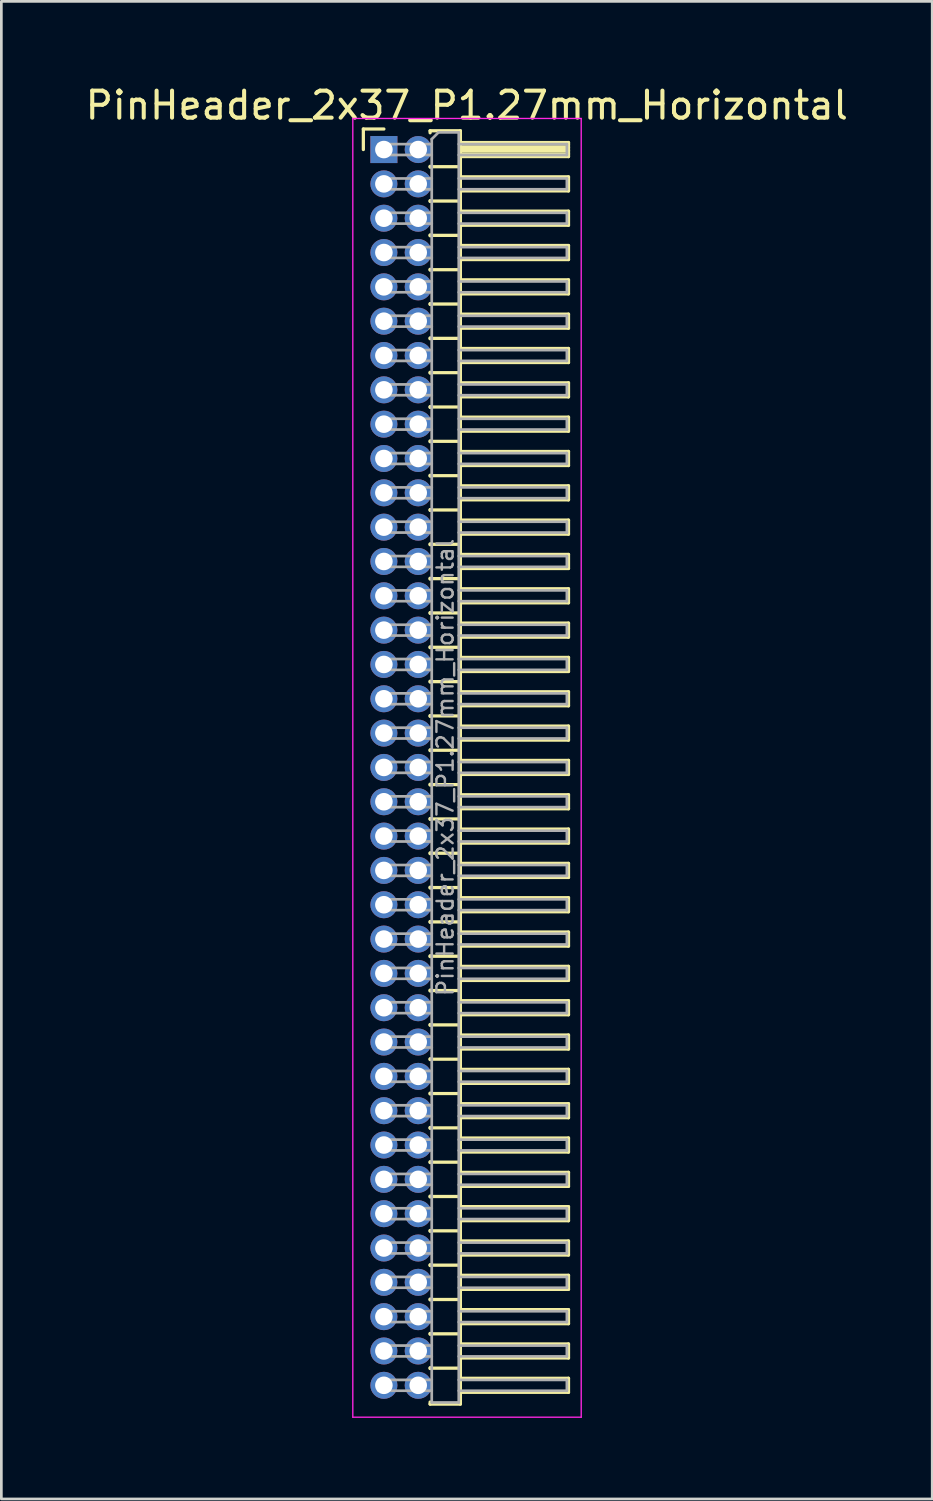
<source format=kicad_pcb>
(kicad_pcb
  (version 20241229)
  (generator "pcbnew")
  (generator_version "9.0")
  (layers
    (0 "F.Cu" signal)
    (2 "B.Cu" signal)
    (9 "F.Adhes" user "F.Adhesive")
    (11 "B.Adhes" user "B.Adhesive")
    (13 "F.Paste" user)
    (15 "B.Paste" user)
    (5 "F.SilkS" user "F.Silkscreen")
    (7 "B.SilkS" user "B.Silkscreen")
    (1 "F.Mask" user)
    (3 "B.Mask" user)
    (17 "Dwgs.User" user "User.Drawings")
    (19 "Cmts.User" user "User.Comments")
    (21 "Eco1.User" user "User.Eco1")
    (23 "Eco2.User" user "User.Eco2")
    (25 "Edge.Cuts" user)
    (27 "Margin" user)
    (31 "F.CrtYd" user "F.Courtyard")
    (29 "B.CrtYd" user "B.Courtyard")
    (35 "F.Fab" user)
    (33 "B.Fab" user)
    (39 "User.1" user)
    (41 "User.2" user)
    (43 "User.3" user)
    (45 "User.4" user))
  (footprint "PinHeader_2x37_P1.27mm_Horizontal"
    (layer "F.Cu")
    (at 11.153 2.483)
    (property "Reference" "PinHeader_2x37_P1.27mm_Horizontal" (at 3.067 -1.635 0) (layer "F.SilkS") (effects (font (size 1 1) (thickness 0.15))))
    (attr through_hole)
    (fp_line (start -0.76 -0.76) (end 0 -0.76) (stroke (width 0.12) (type solid)) (layer "F.SilkS"))
    (fp_line (start -0.76 0) (end -0.76 -0.76) (stroke (width 0.12) (type solid)) (layer "F.SilkS"))
    (fp_line (start 1.71 -0.695) (end 2.83 -0.695) (stroke (width 0.12) (type solid)) (layer "F.SilkS"))
    (fp_line (start 1.71 -0.62) (end 1.71 -0.695) (stroke (width 0.12) (type solid)) (layer "F.SilkS"))
    (fp_line (start 1.71 0.62) (end 1.71 0.65) (stroke (width 0.12) (type solid)) (layer "F.SilkS"))
    (fp_line (start 1.71 0.635) (end 2.83 0.635) (stroke (width 0.12) (type solid)) (layer "F.SilkS"))
    (fp_line (start 1.71 1.89) (end 1.71 1.92) (stroke (width 0.12) (type solid)) (layer "F.SilkS"))
    (fp_line (start 1.71 1.905) (end 2.83 1.905) (stroke (width 0.12) (type solid)) (layer "F.SilkS"))
    (fp_line (start 1.71 3.16) (end 1.71 3.19) (stroke (width 0.12) (type solid)) (layer "F.SilkS"))
    (fp_line (start 1.71 3.175) (end 2.83 3.175) (stroke (width 0.12) (type solid)) (layer "F.SilkS"))
    (fp_line (start 1.71 4.43) (end 1.71 4.46) (stroke (width 0.12) (type solid)) (layer "F.SilkS"))
    (fp_line (start 1.71 4.445) (end 2.83 4.445) (stroke (width 0.12) (type solid)) (layer "F.SilkS"))
    (fp_line (start 1.71 5.7) (end 1.71 5.73) (stroke (width 0.12) (type solid)) (layer "F.SilkS"))
    (fp_line (start 1.71 5.715) (end 2.83 5.715) (stroke (width 0.12) (type solid)) (layer "F.SilkS"))
    (fp_line (start 1.71 6.97) (end 1.71 7) (stroke (width 0.12) (type solid)) (layer "F.SilkS"))
    (fp_line (start 1.71 6.985) (end 2.83 6.985) (stroke (width 0.12) (type solid)) (layer "F.SilkS"))
    (fp_line (start 1.71 8.24) (end 1.71 8.27) (stroke (width 0.12) (type solid)) (layer "F.SilkS"))
    (fp_line (start 1.71 8.255) (end 2.83 8.255) (stroke (width 0.12) (type solid)) (layer "F.SilkS"))
    (fp_line (start 1.71 9.51) (end 1.71 9.54) (stroke (width 0.12) (type solid)) (layer "F.SilkS"))
    (fp_line (start 1.71 9.525) (end 2.83 9.525) (stroke (width 0.12) (type solid)) (layer "F.SilkS"))
    (fp_line (start 1.71 10.78) (end 1.71 10.81) (stroke (width 0.12) (type solid)) (layer "F.SilkS"))
    (fp_line (start 1.71 10.795) (end 2.83 10.795) (stroke (width 0.12) (type solid)) (layer "F.SilkS"))
    (fp_line (start 1.71 12.05) (end 1.71 12.08) (stroke (width 0.12) (type solid)) (layer "F.SilkS"))
    (fp_line (start 1.71 12.065) (end 2.83 12.065) (stroke (width 0.12) (type solid)) (layer "F.SilkS"))
    (fp_line (start 1.71 13.32) (end 1.71 13.35) (stroke (width 0.12) (type solid)) (layer "F.SilkS"))
    (fp_line (start 1.71 13.335) (end 2.83 13.335) (stroke (width 0.12) (type solid)) (layer "F.SilkS"))
    (fp_line (start 1.71 14.59) (end 1.71 14.62) (stroke (width 0.12) (type solid)) (layer "F.SilkS"))
    (fp_line (start 1.71 14.605) (end 2.83 14.605) (stroke (width 0.12) (type solid)) (layer "F.SilkS"))
    (fp_line (start 1.71 15.86) (end 1.71 15.89) (stroke (width 0.12) (type solid)) (layer "F.SilkS"))
    (fp_line (start 1.71 15.875) (end 2.83 15.875) (stroke (width 0.12) (type solid)) (layer "F.SilkS"))
    (fp_line (start 1.71 17.13) (end 1.71 17.16) (stroke (width 0.12) (type solid)) (layer "F.SilkS"))
    (fp_line (start 1.71 17.145) (end 2.83 17.145) (stroke (width 0.12) (type solid)) (layer "F.SilkS"))
    (fp_line (start 1.71 18.4) (end 1.71 18.43) (stroke (width 0.12) (type solid)) (layer "F.SilkS"))
    (fp_line (start 1.71 18.415) (end 2.83 18.415) (stroke (width 0.12) (type solid)) (layer "F.SilkS"))
    (fp_line (start 1.71 19.67) (end 1.71 19.7) (stroke (width 0.12) (type solid)) (layer "F.SilkS"))
    (fp_line (start 1.71 19.685) (end 2.83 19.685) (stroke (width 0.12) (type solid)) (layer "F.SilkS"))
    (fp_line (start 1.71 20.94) (end 1.71 20.97) (stroke (width 0.12) (type solid)) (layer "F.SilkS"))
    (fp_line (start 1.71 20.955) (end 2.83 20.955) (stroke (width 0.12) (type solid)) (layer "F.SilkS"))
    (fp_line (start 1.71 22.21) (end 1.71 22.24) (stroke (width 0.12) (type solid)) (layer "F.SilkS"))
    (fp_line (start 1.71 22.225) (end 2.83 22.225) (stroke (width 0.12) (type solid)) (layer "F.SilkS"))
    (fp_line (start 1.71 23.48) (end 1.71 23.51) (stroke (width 0.12) (type solid)) (layer "F.SilkS"))
    (fp_line (start 1.71 23.495) (end 2.83 23.495) (stroke (width 0.12) (type solid)) (layer "F.SilkS"))
    (fp_line (start 1.71 24.75) (end 1.71 24.78) (stroke (width 0.12) (type solid)) (layer "F.SilkS"))
    (fp_line (start 1.71 24.765) (end 2.83 24.765) (stroke (width 0.12) (type solid)) (layer "F.SilkS"))
    (fp_line (start 1.71 26.02) (end 1.71 26.05) (stroke (width 0.12) (type solid)) (layer "F.SilkS"))
    (fp_line (start 1.71 26.035) (end 2.83 26.035) (stroke (width 0.12) (type solid)) (layer "F.SilkS"))
    (fp_line (start 1.71 27.29) (end 1.71 27.32) (stroke (width 0.12) (type solid)) (layer "F.SilkS"))
    (fp_line (start 1.71 27.305) (end 2.83 27.305) (stroke (width 0.12) (type solid)) (layer "F.SilkS"))
    (fp_line (start 1.71 28.56) (end 1.71 28.59) (stroke (width 0.12) (type solid)) (layer "F.SilkS"))
    (fp_line (start 1.71 28.575) (end 2.83 28.575) (stroke (width 0.12) (type solid)) (layer "F.SilkS"))
    (fp_line (start 1.71 29.83) (end 1.71 29.86) (stroke (width 0.12) (type solid)) (layer "F.SilkS"))
    (fp_line (start 1.71 29.845) (end 2.83 29.845) (stroke (width 0.12) (type solid)) (layer "F.SilkS"))
    (fp_line (start 1.71 31.1) (end 1.71 31.13) (stroke (width 0.12) (type solid)) (layer "F.SilkS"))
    (fp_line (start 1.71 31.115) (end 2.83 31.115) (stroke (width 0.12) (type solid)) (layer "F.SilkS"))
    (fp_line (start 1.71 32.37) (end 1.71 32.4) (stroke (width 0.12) (type solid)) (layer "F.SilkS"))
    (fp_line (start 1.71 32.385) (end 2.83 32.385) (stroke (width 0.12) (type solid)) (layer "F.SilkS"))
    (fp_line (start 1.71 33.64) (end 1.71 33.67) (stroke (width 0.12) (type solid)) (layer "F.SilkS"))
    (fp_line (start 1.71 33.655) (end 2.83 33.655) (stroke (width 0.12) (type solid)) (layer "F.SilkS"))
    (fp_line (start 1.71 34.91) (end 1.71 34.94) (stroke (width 0.12) (type solid)) (layer "F.SilkS"))
    (fp_line (start 1.71 34.925) (end 2.83 34.925) (stroke (width 0.12) (type solid)) (layer "F.SilkS"))
    (fp_line (start 1.71 36.18) (end 1.71 36.21) (stroke (width 0.12) (type solid)) (layer "F.SilkS"))
    (fp_line (start 1.71 36.195) (end 2.83 36.195) (stroke (width 0.12) (type solid)) (layer "F.SilkS"))
    (fp_line (start 1.71 37.45) (end 1.71 37.48) (stroke (width 0.12) (type solid)) (layer "F.SilkS"))
    (fp_line (start 1.71 37.465) (end 2.83 37.465) (stroke (width 0.12) (type solid)) (layer "F.SilkS"))
    (fp_line (start 1.71 38.72) (end 1.71 38.75) (stroke (width 0.12) (type solid)) (layer "F.SilkS"))
    (fp_line (start 1.71 38.735) (end 2.83 38.735) (stroke (width 0.12) (type solid)) (layer "F.SilkS"))
    (fp_line (start 1.71 39.99) (end 1.71 40.02) (stroke (width 0.12) (type solid)) (layer "F.SilkS"))
    (fp_line (start 1.71 40.005) (end 2.83 40.005) (stroke (width 0.12) (type solid)) (layer "F.SilkS"))
    (fp_line (start 1.71 41.26) (end 1.71 41.29) (stroke (width 0.12) (type solid)) (layer "F.SilkS"))
    (fp_line (start 1.71 41.275) (end 2.83 41.275) (stroke (width 0.12) (type solid)) (layer "F.SilkS"))
    (fp_line (start 1.71 42.53) (end 1.71 42.56) (stroke (width 0.12) (type solid)) (layer "F.SilkS"))
    (fp_line (start 1.71 42.545) (end 2.83 42.545) (stroke (width 0.12) (type solid)) (layer "F.SilkS"))
    (fp_line (start 1.71 43.8) (end 1.71 43.83) (stroke (width 0.12) (type solid)) (layer "F.SilkS"))
    (fp_line (start 1.71 43.815) (end 2.83 43.815) (stroke (width 0.12) (type solid)) (layer "F.SilkS"))
    (fp_line (start 1.71 45.07) (end 1.71 45.1) (stroke (width 0.12) (type solid)) (layer "F.SilkS"))
    (fp_line (start 1.71 45.085) (end 2.83 45.085) (stroke (width 0.12) (type solid)) (layer "F.SilkS"))
    (fp_line (start 1.71 46.415) (end 1.71 46.34) (stroke (width 0.12) (type solid)) (layer "F.SilkS"))
    (fp_line (start 2.83 -0.695) (end 2.83 46.415) (stroke (width 0.12) (type solid)) (layer "F.SilkS"))
    (fp_line (start 2.83 -0.26) (end 6.83 -0.26) (stroke (width 0.12) (type solid)) (layer "F.SilkS"))
    (fp_line (start 2.83 -0.2) (end 6.83 -0.2) (stroke (width 0.12) (type solid)) (layer "F.SilkS"))
    (fp_line (start 2.83 -0.08) (end 6.83 -0.08) (stroke (width 0.12) (type solid)) (layer "F.SilkS"))
    (fp_line (start 2.83 0.04) (end 6.83 0.04) (stroke (width 0.12) (type solid)) (layer "F.SilkS"))
    (fp_line (start 2.83 0.16) (end 6.83 0.16) (stroke (width 0.12) (type solid)) (layer "F.SilkS"))
    (fp_line (start 2.83 1.01) (end 6.83 1.01) (stroke (width 0.12) (type solid)) (layer "F.SilkS"))
    (fp_line (start 2.83 2.28) (end 6.83 2.28) (stroke (width 0.12) (type solid)) (layer "F.SilkS"))
    (fp_line (start 2.83 3.55) (end 6.83 3.55) (stroke (width 0.12) (type solid)) (layer "F.SilkS"))
    (fp_line (start 2.83 4.82) (end 6.83 4.82) (stroke (width 0.12) (type solid)) (layer "F.SilkS"))
    (fp_line (start 2.83 6.09) (end 6.83 6.09) (stroke (width 0.12) (type solid)) (layer "F.SilkS"))
    (fp_line (start 2.83 7.36) (end 6.83 7.36) (stroke (width 0.12) (type solid)) (layer "F.SilkS"))
    (fp_line (start 2.83 8.63) (end 6.83 8.63) (stroke (width 0.12) (type solid)) (layer "F.SilkS"))
    (fp_line (start 2.83 9.9) (end 6.83 9.9) (stroke (width 0.12) (type solid)) (layer "F.SilkS"))
    (fp_line (start 2.83 11.17) (end 6.83 11.17) (stroke (width 0.12) (type solid)) (layer "F.SilkS"))
    (fp_line (start 2.83 12.44) (end 6.83 12.44) (stroke (width 0.12) (type solid)) (layer "F.SilkS"))
    (fp_line (start 2.83 13.71) (end 6.83 13.71) (stroke (width 0.12) (type solid)) (layer "F.SilkS"))
    (fp_line (start 2.83 14.98) (end 6.83 14.98) (stroke (width 0.12) (type solid)) (layer "F.SilkS"))
    (fp_line (start 2.83 16.25) (end 6.83 16.25) (stroke (width 0.12) (type solid)) (layer "F.SilkS"))
    (fp_line (start 2.83 17.52) (end 6.83 17.52) (stroke (width 0.12) (type solid)) (layer "F.SilkS"))
    (fp_line (start 2.83 18.79) (end 6.83 18.79) (stroke (width 0.12) (type solid)) (layer "F.SilkS"))
    (fp_line (start 2.83 20.06) (end 6.83 20.06) (stroke (width 0.12) (type solid)) (layer "F.SilkS"))
    (fp_line (start 2.83 21.33) (end 6.83 21.33) (stroke (width 0.12) (type solid)) (layer "F.SilkS"))
    (fp_line (start 2.83 22.6) (end 6.83 22.6) (stroke (width 0.12) (type solid)) (layer "F.SilkS"))
    (fp_line (start 2.83 23.87) (end 6.83 23.87) (stroke (width 0.12) (type solid)) (layer "F.SilkS"))
    (fp_line (start 2.83 25.14) (end 6.83 25.14) (stroke (width 0.12) (type solid)) (layer "F.SilkS"))
    (fp_line (start 2.83 26.41) (end 6.83 26.41) (stroke (width 0.12) (type solid)) (layer "F.SilkS"))
    (fp_line (start 2.83 27.68) (end 6.83 27.68) (stroke (width 0.12) (type solid)) (layer "F.SilkS"))
    (fp_line (start 2.83 28.95) (end 6.83 28.95) (stroke (width 0.12) (type solid)) (layer "F.SilkS"))
    (fp_line (start 2.83 30.22) (end 6.83 30.22) (stroke (width 0.12) (type solid)) (layer "F.SilkS"))
    (fp_line (start 2.83 31.49) (end 6.83 31.49) (stroke (width 0.12) (type solid)) (layer "F.SilkS"))
    (fp_line (start 2.83 32.76) (end 6.83 32.76) (stroke (width 0.12) (type solid)) (layer "F.SilkS"))
    (fp_line (start 2.83 34.03) (end 6.83 34.03) (stroke (width 0.12) (type solid)) (layer "F.SilkS"))
    (fp_line (start 2.83 35.3) (end 6.83 35.3) (stroke (width 0.12) (type solid)) (layer "F.SilkS"))
    (fp_line (start 2.83 36.57) (end 6.83 36.57) (stroke (width 0.12) (type solid)) (layer "F.SilkS"))
    (fp_line (start 2.83 37.84) (end 6.83 37.84) (stroke (width 0.12) (type solid)) (layer "F.SilkS"))
    (fp_line (start 2.83 39.11) (end 6.83 39.11) (stroke (width 0.12) (type solid)) (layer "F.SilkS"))
    (fp_line (start 2.83 40.38) (end 6.83 40.38) (stroke (width 0.12) (type solid)) (layer "F.SilkS"))
    (fp_line (start 2.83 41.65) (end 6.83 41.65) (stroke (width 0.12) (type solid)) (layer "F.SilkS"))
    (fp_line (start 2.83 42.92) (end 6.83 42.92) (stroke (width 0.12) (type solid)) (layer "F.SilkS"))
    (fp_line (start 2.83 44.19) (end 6.83 44.19) (stroke (width 0.12) (type solid)) (layer "F.SilkS"))
    (fp_line (start 2.83 45.46) (end 6.83 45.46) (stroke (width 0.12) (type solid)) (layer "F.SilkS"))
    (fp_line (start 2.83 46.415) (end 1.71 46.415) (stroke (width 0.12) (type solid)) (layer "F.SilkS"))
    (fp_line (start 6.83 -0.26) (end 6.83 0.26) (stroke (width 0.12) (type solid)) (layer "F.SilkS"))
    (fp_line (start 6.83 0.26) (end 2.83 0.26) (stroke (width 0.12) (type solid)) (layer "F.SilkS"))
    (fp_line (start 6.83 1.01) (end 6.83 1.53) (stroke (width 0.12) (type solid)) (layer "F.SilkS"))
    (fp_line (start 6.83 1.53) (end 2.83 1.53) (stroke (width 0.12) (type solid)) (layer "F.SilkS"))
    (fp_line (start 6.83 2.28) (end 6.83 2.8) (stroke (width 0.12) (type solid)) (layer "F.SilkS"))
    (fp_line (start 6.83 2.8) (end 2.83 2.8) (stroke (width 0.12) (type solid)) (layer "F.SilkS"))
    (fp_line (start 6.83 3.55) (end 6.83 4.07) (stroke (width 0.12) (type solid)) (layer "F.SilkS"))
    (fp_line (start 6.83 4.07) (end 2.83 4.07) (stroke (width 0.12) (type solid)) (layer "F.SilkS"))
    (fp_line (start 6.83 4.82) (end 6.83 5.34) (stroke (width 0.12) (type solid)) (layer "F.SilkS"))
    (fp_line (start 6.83 5.34) (end 2.83 5.34) (stroke (width 0.12) (type solid)) (layer "F.SilkS"))
    (fp_line (start 6.83 6.09) (end 6.83 6.61) (stroke (width 0.12) (type solid)) (layer "F.SilkS"))
    (fp_line (start 6.83 6.61) (end 2.83 6.61) (stroke (width 0.12) (type solid)) (layer "F.SilkS"))
    (fp_line (start 6.83 7.36) (end 6.83 7.88) (stroke (width 0.12) (type solid)) (layer "F.SilkS"))
    (fp_line (start 6.83 7.88) (end 2.83 7.88) (stroke (width 0.12) (type solid)) (layer "F.SilkS"))
    (fp_line (start 6.83 8.63) (end 6.83 9.15) (stroke (width 0.12) (type solid)) (layer "F.SilkS"))
    (fp_line (start 6.83 9.15) (end 2.83 9.15) (stroke (width 0.12) (type solid)) (layer "F.SilkS"))
    (fp_line (start 6.83 9.9) (end 6.83 10.42) (stroke (width 0.12) (type solid)) (layer "F.SilkS"))
    (fp_line (start 6.83 10.42) (end 2.83 10.42) (stroke (width 0.12) (type solid)) (layer "F.SilkS"))
    (fp_line (start 6.83 11.17) (end 6.83 11.69) (stroke (width 0.12) (type solid)) (layer "F.SilkS"))
    (fp_line (start 6.83 11.69) (end 2.83 11.69) (stroke (width 0.12) (type solid)) (layer "F.SilkS"))
    (fp_line (start 6.83 12.44) (end 6.83 12.96) (stroke (width 0.12) (type solid)) (layer "F.SilkS"))
    (fp_line (start 6.83 12.96) (end 2.83 12.96) (stroke (width 0.12) (type solid)) (layer "F.SilkS"))
    (fp_line (start 6.83 13.71) (end 6.83 14.23) (stroke (width 0.12) (type solid)) (layer "F.SilkS"))
    (fp_line (start 6.83 14.23) (end 2.83 14.23) (stroke (width 0.12) (type solid)) (layer "F.SilkS"))
    (fp_line (start 6.83 14.98) (end 6.83 15.5) (stroke (width 0.12) (type solid)) (layer "F.SilkS"))
    (fp_line (start 6.83 15.5) (end 2.83 15.5) (stroke (width 0.12) (type solid)) (layer "F.SilkS"))
    (fp_line (start 6.83 16.25) (end 6.83 16.77) (stroke (width 0.12) (type solid)) (layer "F.SilkS"))
    (fp_line (start 6.83 16.77) (end 2.83 16.77) (stroke (width 0.12) (type solid)) (layer "F.SilkS"))
    (fp_line (start 6.83 17.52) (end 6.83 18.04) (stroke (width 0.12) (type solid)) (layer "F.SilkS"))
    (fp_line (start 6.83 18.04) (end 2.83 18.04) (stroke (width 0.12) (type solid)) (layer "F.SilkS"))
    (fp_line (start 6.83 18.79) (end 6.83 19.31) (stroke (width 0.12) (type solid)) (layer "F.SilkS"))
    (fp_line (start 6.83 19.31) (end 2.83 19.31) (stroke (width 0.12) (type solid)) (layer "F.SilkS"))
    (fp_line (start 6.83 20.06) (end 6.83 20.58) (stroke (width 0.12) (type solid)) (layer "F.SilkS"))
    (fp_line (start 6.83 20.58) (end 2.83 20.58) (stroke (width 0.12) (type solid)) (layer "F.SilkS"))
    (fp_line (start 6.83 21.33) (end 6.83 21.85) (stroke (width 0.12) (type solid)) (layer "F.SilkS"))
    (fp_line (start 6.83 21.85) (end 2.83 21.85) (stroke (width 0.12) (type solid)) (layer "F.SilkS"))
    (fp_line (start 6.83 22.6) (end 6.83 23.12) (stroke (width 0.12) (type solid)) (layer "F.SilkS"))
    (fp_line (start 6.83 23.12) (end 2.83 23.12) (stroke (width 0.12) (type solid)) (layer "F.SilkS"))
    (fp_line (start 6.83 23.87) (end 6.83 24.39) (stroke (width 0.12) (type solid)) (layer "F.SilkS"))
    (fp_line (start 6.83 24.39) (end 2.83 24.39) (stroke (width 0.12) (type solid)) (layer "F.SilkS"))
    (fp_line (start 6.83 25.14) (end 6.83 25.66) (stroke (width 0.12) (type solid)) (layer "F.SilkS"))
    (fp_line (start 6.83 25.66) (end 2.83 25.66) (stroke (width 0.12) (type solid)) (layer "F.SilkS"))
    (fp_line (start 6.83 26.41) (end 6.83 26.93) (stroke (width 0.12) (type solid)) (layer "F.SilkS"))
    (fp_line (start 6.83 26.93) (end 2.83 26.93) (stroke (width 0.12) (type solid)) (layer "F.SilkS"))
    (fp_line (start 6.83 27.68) (end 6.83 28.2) (stroke (width 0.12) (type solid)) (layer "F.SilkS"))
    (fp_line (start 6.83 28.2) (end 2.83 28.2) (stroke (width 0.12) (type solid)) (layer "F.SilkS"))
    (fp_line (start 6.83 28.95) (end 6.83 29.47) (stroke (width 0.12) (type solid)) (layer "F.SilkS"))
    (fp_line (start 6.83 29.47) (end 2.83 29.47) (stroke (width 0.12) (type solid)) (layer "F.SilkS"))
    (fp_line (start 6.83 30.22) (end 6.83 30.74) (stroke (width 0.12) (type solid)) (layer "F.SilkS"))
    (fp_line (start 6.83 30.74) (end 2.83 30.74) (stroke (width 0.12) (type solid)) (layer "F.SilkS"))
    (fp_line (start 6.83 31.49) (end 6.83 32.01) (stroke (width 0.12) (type solid)) (layer "F.SilkS"))
    (fp_line (start 6.83 32.01) (end 2.83 32.01) (stroke (width 0.12) (type solid)) (layer "F.SilkS"))
    (fp_line (start 6.83 32.76) (end 6.83 33.28) (stroke (width 0.12) (type solid)) (layer "F.SilkS"))
    (fp_line (start 6.83 33.28) (end 2.83 33.28) (stroke (width 0.12) (type solid)) (layer "F.SilkS"))
    (fp_line (start 6.83 34.03) (end 6.83 34.55) (stroke (width 0.12) (type solid)) (layer "F.SilkS"))
    (fp_line (start 6.83 34.55) (end 2.83 34.55) (stroke (width 0.12) (type solid)) (layer "F.SilkS"))
    (fp_line (start 6.83 35.3) (end 6.83 35.82) (stroke (width 0.12) (type solid)) (layer "F.SilkS"))
    (fp_line (start 6.83 35.82) (end 2.83 35.82) (stroke (width 0.12) (type solid)) (layer "F.SilkS"))
    (fp_line (start 6.83 36.57) (end 6.83 37.09) (stroke (width 0.12) (type solid)) (layer "F.SilkS"))
    (fp_line (start 6.83 37.09) (end 2.83 37.09) (stroke (width 0.12) (type solid)) (layer "F.SilkS"))
    (fp_line (start 6.83 37.84) (end 6.83 38.36) (stroke (width 0.12) (type solid)) (layer "F.SilkS"))
    (fp_line (start 6.83 38.36) (end 2.83 38.36) (stroke (width 0.12) (type solid)) (layer "F.SilkS"))
    (fp_line (start 6.83 39.11) (end 6.83 39.63) (stroke (width 0.12) (type solid)) (layer "F.SilkS"))
    (fp_line (start 6.83 39.63) (end 2.83 39.63) (stroke (width 0.12) (type solid)) (layer "F.SilkS"))
    (fp_line (start 6.83 40.38) (end 6.83 40.9) (stroke (width 0.12) (type solid)) (layer "F.SilkS"))
    (fp_line (start 6.83 40.9) (end 2.83 40.9) (stroke (width 0.12) (type solid)) (layer "F.SilkS"))
    (fp_line (start 6.83 41.65) (end 6.83 42.17) (stroke (width 0.12) (type solid)) (layer "F.SilkS"))
    (fp_line (start 6.83 42.17) (end 2.83 42.17) (stroke (width 0.12) (type solid)) (layer "F.SilkS"))
    (fp_line (start 6.83 42.92) (end 6.83 43.44) (stroke (width 0.12) (type solid)) (layer "F.SilkS"))
    (fp_line (start 6.83 43.44) (end 2.83 43.44) (stroke (width 0.12) (type solid)) (layer "F.SilkS"))
    (fp_line (start 6.83 44.19) (end 6.83 44.71) (stroke (width 0.12) (type solid)) (layer "F.SilkS"))
    (fp_line (start 6.83 44.71) (end 2.83 44.71) (stroke (width 0.12) (type solid)) (layer "F.SilkS"))
    (fp_line (start 6.83 45.46) (end 6.83 45.98) (stroke (width 0.12) (type solid)) (layer "F.SilkS"))
    (fp_line (start 6.83 45.98) (end 2.83 45.98) (stroke (width 0.12) (type solid)) (layer "F.SilkS"))
    (fp_line (start -1.15 -1.15) (end -1.15 46.9) (stroke (width 0.05) (type solid)) (layer "F.CrtYd"))
    (fp_line (start -1.15 46.9) (end 7.3 46.9) (stroke (width 0.05) (type solid)) (layer "F.CrtYd"))
    (fp_line (start 7.3 -1.15) (end -1.15 -1.15) (stroke (width 0.05) (type solid)) (layer "F.CrtYd"))
    (fp_line (start 7.3 46.9) (end 7.3 -1.15) (stroke (width 0.05) (type solid)) (layer "F.CrtYd"))
    (fp_line (start -0.2 -0.2) (end -0.2 0.2) (stroke (width 0.1) (type solid)) (layer "F.Fab"))
    (fp_line (start -0.2 -0.2) (end 1.77 -0.2) (stroke (width 0.1) (type solid)) (layer "F.Fab"))
    (fp_line (start -0.2 0.2) (end 1.77 0.2) (stroke (width 0.1) (type solid)) (layer "F.Fab"))
    (fp_line (start -0.2 1.07) (end -0.2 1.47) (stroke (width 0.1) (type solid)) (layer "F.Fab"))
    (fp_line (start -0.2 1.07) (end 1.77 1.07) (stroke (width 0.1) (type solid)) (layer "F.Fab"))
    (fp_line (start -0.2 1.47) (end 1.77 1.47) (stroke (width 0.1) (type solid)) (layer "F.Fab"))
    (fp_line (start -0.2 2.34) (end -0.2 2.74) (stroke (width 0.1) (type solid)) (layer "F.Fab"))
    (fp_line (start -0.2 2.34) (end 1.77 2.34) (stroke (width 0.1) (type solid)) (layer "F.Fab"))
    (fp_line (start -0.2 2.74) (end 1.77 2.74) (stroke (width 0.1) (type solid)) (layer "F.Fab"))
    (fp_line (start -0.2 3.61) (end -0.2 4.01) (stroke (width 0.1) (type solid)) (layer "F.Fab"))
    (fp_line (start -0.2 3.61) (end 1.77 3.61) (stroke (width 0.1) (type solid)) (layer "F.Fab"))
    (fp_line (start -0.2 4.01) (end 1.77 4.01) (stroke (width 0.1) (type solid)) (layer "F.Fab"))
    (fp_line (start -0.2 4.88) (end -0.2 5.28) (stroke (width 0.1) (type solid)) (layer "F.Fab"))
    (fp_line (start -0.2 4.88) (end 1.77 4.88) (stroke (width 0.1) (type solid)) (layer "F.Fab"))
    (fp_line (start -0.2 5.28) (end 1.77 5.28) (stroke (width 0.1) (type solid)) (layer "F.Fab"))
    (fp_line (start -0.2 6.15) (end -0.2 6.55) (stroke (width 0.1) (type solid)) (layer "F.Fab"))
    (fp_line (start -0.2 6.15) (end 1.77 6.15) (stroke (width 0.1) (type solid)) (layer "F.Fab"))
    (fp_line (start -0.2 6.55) (end 1.77 6.55) (stroke (width 0.1) (type solid)) (layer "F.Fab"))
    (fp_line (start -0.2 7.42) (end -0.2 7.82) (stroke (width 0.1) (type solid)) (layer "F.Fab"))
    (fp_line (start -0.2 7.42) (end 1.77 7.42) (stroke (width 0.1) (type solid)) (layer "F.Fab"))
    (fp_line (start -0.2 7.82) (end 1.77 7.82) (stroke (width 0.1) (type solid)) (layer "F.Fab"))
    (fp_line (start -0.2 8.69) (end -0.2 9.09) (stroke (width 0.1) (type solid)) (layer "F.Fab"))
    (fp_line (start -0.2 8.69) (end 1.77 8.69) (stroke (width 0.1) (type solid)) (layer "F.Fab"))
    (fp_line (start -0.2 9.09) (end 1.77 9.09) (stroke (width 0.1) (type solid)) (layer "F.Fab"))
    (fp_line (start -0.2 9.96) (end -0.2 10.36) (stroke (width 0.1) (type solid)) (layer "F.Fab"))
    (fp_line (start -0.2 9.96) (end 1.77 9.96) (stroke (width 0.1) (type solid)) (layer "F.Fab"))
    (fp_line (start -0.2 10.36) (end 1.77 10.36) (stroke (width 0.1) (type solid)) (layer "F.Fab"))
    (fp_line (start -0.2 11.23) (end -0.2 11.63) (stroke (width 0.1) (type solid)) (layer "F.Fab"))
    (fp_line (start -0.2 11.23) (end 1.77 11.23) (stroke (width 0.1) (type solid)) (layer "F.Fab"))
    (fp_line (start -0.2 11.63) (end 1.77 11.63) (stroke (width 0.1) (type solid)) (layer "F.Fab"))
    (fp_line (start -0.2 12.5) (end -0.2 12.9) (stroke (width 0.1) (type solid)) (layer "F.Fab"))
    (fp_line (start -0.2 12.5) (end 1.77 12.5) (stroke (width 0.1) (type solid)) (layer "F.Fab"))
    (fp_line (start -0.2 12.9) (end 1.77 12.9) (stroke (width 0.1) (type solid)) (layer "F.Fab"))
    (fp_line (start -0.2 13.77) (end -0.2 14.17) (stroke (width 0.1) (type solid)) (layer "F.Fab"))
    (fp_line (start -0.2 13.77) (end 1.77 13.77) (stroke (width 0.1) (type solid)) (layer "F.Fab"))
    (fp_line (start -0.2 14.17) (end 1.77 14.17) (stroke (width 0.1) (type solid)) (layer "F.Fab"))
    (fp_line (start -0.2 15.04) (end -0.2 15.44) (stroke (width 0.1) (type solid)) (layer "F.Fab"))
    (fp_line (start -0.2 15.04) (end 1.77 15.04) (stroke (width 0.1) (type solid)) (layer "F.Fab"))
    (fp_line (start -0.2 15.44) (end 1.77 15.44) (stroke (width 0.1) (type solid)) (layer "F.Fab"))
    (fp_line (start -0.2 16.31) (end -0.2 16.71) (stroke (width 0.1) (type solid)) (layer "F.Fab"))
    (fp_line (start -0.2 16.31) (end 1.77 16.31) (stroke (width 0.1) (type solid)) (layer "F.Fab"))
    (fp_line (start -0.2 16.71) (end 1.77 16.71) (stroke (width 0.1) (type solid)) (layer "F.Fab"))
    (fp_line (start -0.2 17.58) (end -0.2 17.98) (stroke (width 0.1) (type solid)) (layer "F.Fab"))
    (fp_line (start -0.2 17.58) (end 1.77 17.58) (stroke (width 0.1) (type solid)) (layer "F.Fab"))
    (fp_line (start -0.2 17.98) (end 1.77 17.98) (stroke (width 0.1) (type solid)) (layer "F.Fab"))
    (fp_line (start -0.2 18.85) (end -0.2 19.25) (stroke (width 0.1) (type solid)) (layer "F.Fab"))
    (fp_line (start -0.2 18.85) (end 1.77 18.85) (stroke (width 0.1) (type solid)) (layer "F.Fab"))
    (fp_line (start -0.2 19.25) (end 1.77 19.25) (stroke (width 0.1) (type solid)) (layer "F.Fab"))
    (fp_line (start -0.2 20.12) (end -0.2 20.52) (stroke (width 0.1) (type solid)) (layer "F.Fab"))
    (fp_line (start -0.2 20.12) (end 1.77 20.12) (stroke (width 0.1) (type solid)) (layer "F.Fab"))
    (fp_line (start -0.2 20.52) (end 1.77 20.52) (stroke (width 0.1) (type solid)) (layer "F.Fab"))
    (fp_line (start -0.2 21.39) (end -0.2 21.79) (stroke (width 0.1) (type solid)) (layer "F.Fab"))
    (fp_line (start -0.2 21.39) (end 1.77 21.39) (stroke (width 0.1) (type solid)) (layer "F.Fab"))
    (fp_line (start -0.2 21.79) (end 1.77 21.79) (stroke (width 0.1) (type solid)) (layer "F.Fab"))
    (fp_line (start -0.2 22.66) (end -0.2 23.06) (stroke (width 0.1) (type solid)) (layer "F.Fab"))
    (fp_line (start -0.2 22.66) (end 1.77 22.66) (stroke (width 0.1) (type solid)) (layer "F.Fab"))
    (fp_line (start -0.2 23.06) (end 1.77 23.06) (stroke (width 0.1) (type solid)) (layer "F.Fab"))
    (fp_line (start -0.2 23.93) (end -0.2 24.33) (stroke (width 0.1) (type solid)) (layer "F.Fab"))
    (fp_line (start -0.2 23.93) (end 1.77 23.93) (stroke (width 0.1) (type solid)) (layer "F.Fab"))
    (fp_line (start -0.2 24.33) (end 1.77 24.33) (stroke (width 0.1) (type solid)) (layer "F.Fab"))
    (fp_line (start -0.2 25.2) (end -0.2 25.6) (stroke (width 0.1) (type solid)) (layer "F.Fab"))
    (fp_line (start -0.2 25.2) (end 1.77 25.2) (stroke (width 0.1) (type solid)) (layer "F.Fab"))
    (fp_line (start -0.2 25.6) (end 1.77 25.6) (stroke (width 0.1) (type solid)) (layer "F.Fab"))
    (fp_line (start -0.2 26.47) (end -0.2 26.87) (stroke (width 0.1) (type solid)) (layer "F.Fab"))
    (fp_line (start -0.2 26.47) (end 1.77 26.47) (stroke (width 0.1) (type solid)) (layer "F.Fab"))
    (fp_line (start -0.2 26.87) (end 1.77 26.87) (stroke (width 0.1) (type solid)) (layer "F.Fab"))
    (fp_line (start -0.2 27.74) (end -0.2 28.14) (stroke (width 0.1) (type solid)) (layer "F.Fab"))
    (fp_line (start -0.2 27.74) (end 1.77 27.74) (stroke (width 0.1) (type solid)) (layer "F.Fab"))
    (fp_line (start -0.2 28.14) (end 1.77 28.14) (stroke (width 0.1) (type solid)) (layer "F.Fab"))
    (fp_line (start -0.2 29.01) (end -0.2 29.41) (stroke (width 0.1) (type solid)) (layer "F.Fab"))
    (fp_line (start -0.2 29.01) (end 1.77 29.01) (stroke (width 0.1) (type solid)) (layer "F.Fab"))
    (fp_line (start -0.2 29.41) (end 1.77 29.41) (stroke (width 0.1) (type solid)) (layer "F.Fab"))
    (fp_line (start -0.2 30.28) (end -0.2 30.68) (stroke (width 0.1) (type solid)) (layer "F.Fab"))
    (fp_line (start -0.2 30.28) (end 1.77 30.28) (stroke (width 0.1) (type solid)) (layer "F.Fab"))
    (fp_line (start -0.2 30.68) (end 1.77 30.68) (stroke (width 0.1) (type solid)) (layer "F.Fab"))
    (fp_line (start -0.2 31.55) (end -0.2 31.95) (stroke (width 0.1) (type solid)) (layer "F.Fab"))
    (fp_line (start -0.2 31.55) (end 1.77 31.55) (stroke (width 0.1) (type solid)) (layer "F.Fab"))
    (fp_line (start -0.2 31.95) (end 1.77 31.95) (stroke (width 0.1) (type solid)) (layer "F.Fab"))
    (fp_line (start -0.2 32.82) (end -0.2 33.22) (stroke (width 0.1) (type solid)) (layer "F.Fab"))
    (fp_line (start -0.2 32.82) (end 1.77 32.82) (stroke (width 0.1) (type solid)) (layer "F.Fab"))
    (fp_line (start -0.2 33.22) (end 1.77 33.22) (stroke (width 0.1) (type solid)) (layer "F.Fab"))
    (fp_line (start -0.2 34.09) (end -0.2 34.49) (stroke (width 0.1) (type solid)) (layer "F.Fab"))
    (fp_line (start -0.2 34.09) (end 1.77 34.09) (stroke (width 0.1) (type solid)) (layer "F.Fab"))
    (fp_line (start -0.2 34.49) (end 1.77 34.49) (stroke (width 0.1) (type solid)) (layer "F.Fab"))
    (fp_line (start -0.2 35.36) (end -0.2 35.76) (stroke (width 0.1) (type solid)) (layer "F.Fab"))
    (fp_line (start -0.2 35.36) (end 1.77 35.36) (stroke (width 0.1) (type solid)) (layer "F.Fab"))
    (fp_line (start -0.2 35.76) (end 1.77 35.76) (stroke (width 0.1) (type solid)) (layer "F.Fab"))
    (fp_line (start -0.2 36.63) (end -0.2 37.03) (stroke (width 0.1) (type solid)) (layer "F.Fab"))
    (fp_line (start -0.2 36.63) (end 1.77 36.63) (stroke (width 0.1) (type solid)) (layer "F.Fab"))
    (fp_line (start -0.2 37.03) (end 1.77 37.03) (stroke (width 0.1) (type solid)) (layer "F.Fab"))
    (fp_line (start -0.2 37.9) (end -0.2 38.3) (stroke (width 0.1) (type solid)) (layer "F.Fab"))
    (fp_line (start -0.2 37.9) (end 1.77 37.9) (stroke (width 0.1) (type solid)) (layer "F.Fab"))
    (fp_line (start -0.2 38.3) (end 1.77 38.3) (stroke (width 0.1) (type solid)) (layer "F.Fab"))
    (fp_line (start -0.2 39.17) (end -0.2 39.57) (stroke (width 0.1) (type solid)) (layer "F.Fab"))
    (fp_line (start -0.2 39.17) (end 1.77 39.17) (stroke (width 0.1) (type solid)) (layer "F.Fab"))
    (fp_line (start -0.2 39.57) (end 1.77 39.57) (stroke (width 0.1) (type solid)) (layer "F.Fab"))
    (fp_line (start -0.2 40.44) (end -0.2 40.84) (stroke (width 0.1) (type solid)) (layer "F.Fab"))
    (fp_line (start -0.2 40.44) (end 1.77 40.44) (stroke (width 0.1) (type solid)) (layer "F.Fab"))
    (fp_line (start -0.2 40.84) (end 1.77 40.84) (stroke (width 0.1) (type solid)) (layer "F.Fab"))
    (fp_line (start -0.2 41.71) (end -0.2 42.11) (stroke (width 0.1) (type solid)) (layer "F.Fab"))
    (fp_line (start -0.2 41.71) (end 1.77 41.71) (stroke (width 0.1) (type solid)) (layer "F.Fab"))
    (fp_line (start -0.2 42.11) (end 1.77 42.11) (stroke (width 0.1) (type solid)) (layer "F.Fab"))
    (fp_line (start -0.2 42.98) (end -0.2 43.38) (stroke (width 0.1) (type solid)) (layer "F.Fab"))
    (fp_line (start -0.2 42.98) (end 1.77 42.98) (stroke (width 0.1) (type solid)) (layer "F.Fab"))
    (fp_line (start -0.2 43.38) (end 1.77 43.38) (stroke (width 0.1) (type solid)) (layer "F.Fab"))
    (fp_line (start -0.2 44.25) (end -0.2 44.65) (stroke (width 0.1) (type solid)) (layer "F.Fab"))
    (fp_line (start -0.2 44.25) (end 1.77 44.25) (stroke (width 0.1) (type solid)) (layer "F.Fab"))
    (fp_line (start -0.2 44.65) (end 1.77 44.65) (stroke (width 0.1) (type solid)) (layer "F.Fab"))
    (fp_line (start -0.2 45.52) (end -0.2 45.92) (stroke (width 0.1) (type solid)) (layer "F.Fab"))
    (fp_line (start -0.2 45.52) (end 1.77 45.52) (stroke (width 0.1) (type solid)) (layer "F.Fab"))
    (fp_line (start -0.2 45.92) (end 1.77 45.92) (stroke (width 0.1) (type solid)) (layer "F.Fab"))
    (fp_line (start 1.77 -0.385) (end 2.02 -0.635) (stroke (width 0.1) (type solid)) (layer "F.Fab"))
    (fp_line (start 1.77 46.355) (end 1.77 -0.385) (stroke (width 0.1) (type solid)) (layer "F.Fab"))
    (fp_line (start 2.02 -0.635) (end 2.77 -0.635) (stroke (width 0.1) (type solid)) (layer "F.Fab"))
    (fp_line (start 2.77 -0.635) (end 2.77 46.355) (stroke (width 0.1) (type solid)) (layer "F.Fab"))
    (fp_line (start 2.77 -0.2) (end 6.77 -0.2) (stroke (width 0.1) (type solid)) (layer "F.Fab"))
    (fp_line (start 2.77 0.2) (end 6.77 0.2) (stroke (width 0.1) (type solid)) (layer "F.Fab"))
    (fp_line (start 2.77 1.07) (end 6.77 1.07) (stroke (width 0.1) (type solid)) (layer "F.Fab"))
    (fp_line (start 2.77 1.47) (end 6.77 1.47) (stroke (width 0.1) (type solid)) (layer "F.Fab"))
    (fp_line (start 2.77 2.34) (end 6.77 2.34) (stroke (width 0.1) (type solid)) (layer "F.Fab"))
    (fp_line (start 2.77 2.74) (end 6.77 2.74) (stroke (width 0.1) (type solid)) (layer "F.Fab"))
    (fp_line (start 2.77 3.61) (end 6.77 3.61) (stroke (width 0.1) (type solid)) (layer "F.Fab"))
    (fp_line (start 2.77 4.01) (end 6.77 4.01) (stroke (width 0.1) (type solid)) (layer "F.Fab"))
    (fp_line (start 2.77 4.88) (end 6.77 4.88) (stroke (width 0.1) (type solid)) (layer "F.Fab"))
    (fp_line (start 2.77 5.28) (end 6.77 5.28) (stroke (width 0.1) (type solid)) (layer "F.Fab"))
    (fp_line (start 2.77 6.15) (end 6.77 6.15) (stroke (width 0.1) (type solid)) (layer "F.Fab"))
    (fp_line (start 2.77 6.55) (end 6.77 6.55) (stroke (width 0.1) (type solid)) (layer "F.Fab"))
    (fp_line (start 2.77 7.42) (end 6.77 7.42) (stroke (width 0.1) (type solid)) (layer "F.Fab"))
    (fp_line (start 2.77 7.82) (end 6.77 7.82) (stroke (width 0.1) (type solid)) (layer "F.Fab"))
    (fp_line (start 2.77 8.69) (end 6.77 8.69) (stroke (width 0.1) (type solid)) (layer "F.Fab"))
    (fp_line (start 2.77 9.09) (end 6.77 9.09) (stroke (width 0.1) (type solid)) (layer "F.Fab"))
    (fp_line (start 2.77 9.96) (end 6.77 9.96) (stroke (width 0.1) (type solid)) (layer "F.Fab"))
    (fp_line (start 2.77 10.36) (end 6.77 10.36) (stroke (width 0.1) (type solid)) (layer "F.Fab"))
    (fp_line (start 2.77 11.23) (end 6.77 11.23) (stroke (width 0.1) (type solid)) (layer "F.Fab"))
    (fp_line (start 2.77 11.63) (end 6.77 11.63) (stroke (width 0.1) (type solid)) (layer "F.Fab"))
    (fp_line (start 2.77 12.5) (end 6.77 12.5) (stroke (width 0.1) (type solid)) (layer "F.Fab"))
    (fp_line (start 2.77 12.9) (end 6.77 12.9) (stroke (width 0.1) (type solid)) (layer "F.Fab"))
    (fp_line (start 2.77 13.77) (end 6.77 13.77) (stroke (width 0.1) (type solid)) (layer "F.Fab"))
    (fp_line (start 2.77 14.17) (end 6.77 14.17) (stroke (width 0.1) (type solid)) (layer "F.Fab"))
    (fp_line (start 2.77 15.04) (end 6.77 15.04) (stroke (width 0.1) (type solid)) (layer "F.Fab"))
    (fp_line (start 2.77 15.44) (end 6.77 15.44) (stroke (width 0.1) (type solid)) (layer "F.Fab"))
    (fp_line (start 2.77 16.31) (end 6.77 16.31) (stroke (width 0.1) (type solid)) (layer "F.Fab"))
    (fp_line (start 2.77 16.71) (end 6.77 16.71) (stroke (width 0.1) (type solid)) (layer "F.Fab"))
    (fp_line (start 2.77 17.58) (end 6.77 17.58) (stroke (width 0.1) (type solid)) (layer "F.Fab"))
    (fp_line (start 2.77 17.98) (end 6.77 17.98) (stroke (width 0.1) (type solid)) (layer "F.Fab"))
    (fp_line (start 2.77 18.85) (end 6.77 18.85) (stroke (width 0.1) (type solid)) (layer "F.Fab"))
    (fp_line (start 2.77 19.25) (end 6.77 19.25) (stroke (width 0.1) (type solid)) (layer "F.Fab"))
    (fp_line (start 2.77 20.12) (end 6.77 20.12) (stroke (width 0.1) (type solid)) (layer "F.Fab"))
    (fp_line (start 2.77 20.52) (end 6.77 20.52) (stroke (width 0.1) (type solid)) (layer "F.Fab"))
    (fp_line (start 2.77 21.39) (end 6.77 21.39) (stroke (width 0.1) (type solid)) (layer "F.Fab"))
    (fp_line (start 2.77 21.79) (end 6.77 21.79) (stroke (width 0.1) (type solid)) (layer "F.Fab"))
    (fp_line (start 2.77 22.66) (end 6.77 22.66) (stroke (width 0.1) (type solid)) (layer "F.Fab"))
    (fp_line (start 2.77 23.06) (end 6.77 23.06) (stroke (width 0.1) (type solid)) (layer "F.Fab"))
    (fp_line (start 2.77 23.93) (end 6.77 23.93) (stroke (width 0.1) (type solid)) (layer "F.Fab"))
    (fp_line (start 2.77 24.33) (end 6.77 24.33) (stroke (width 0.1) (type solid)) (layer "F.Fab"))
    (fp_line (start 2.77 25.2) (end 6.77 25.2) (stroke (width 0.1) (type solid)) (layer "F.Fab"))
    (fp_line (start 2.77 25.6) (end 6.77 25.6) (stroke (width 0.1) (type solid)) (layer "F.Fab"))
    (fp_line (start 2.77 26.47) (end 6.77 26.47) (stroke (width 0.1) (type solid)) (layer "F.Fab"))
    (fp_line (start 2.77 26.87) (end 6.77 26.87) (stroke (width 0.1) (type solid)) (layer "F.Fab"))
    (fp_line (start 2.77 27.74) (end 6.77 27.74) (stroke (width 0.1) (type solid)) (layer "F.Fab"))
    (fp_line (start 2.77 28.14) (end 6.77 28.14) (stroke (width 0.1) (type solid)) (layer "F.Fab"))
    (fp_line (start 2.77 29.01) (end 6.77 29.01) (stroke (width 0.1) (type solid)) (layer "F.Fab"))
    (fp_line (start 2.77 29.41) (end 6.77 29.41) (stroke (width 0.1) (type solid)) (layer "F.Fab"))
    (fp_line (start 2.77 30.28) (end 6.77 30.28) (stroke (width 0.1) (type solid)) (layer "F.Fab"))
    (fp_line (start 2.77 30.68) (end 6.77 30.68) (stroke (width 0.1) (type solid)) (layer "F.Fab"))
    (fp_line (start 2.77 31.55) (end 6.77 31.55) (stroke (width 0.1) (type solid)) (layer "F.Fab"))
    (fp_line (start 2.77 31.95) (end 6.77 31.95) (stroke (width 0.1) (type solid)) (layer "F.Fab"))
    (fp_line (start 2.77 32.82) (end 6.77 32.82) (stroke (width 0.1) (type solid)) (layer "F.Fab"))
    (fp_line (start 2.77 33.22) (end 6.77 33.22) (stroke (width 0.1) (type solid)) (layer "F.Fab"))
    (fp_line (start 2.77 34.09) (end 6.77 34.09) (stroke (width 0.1) (type solid)) (layer "F.Fab"))
    (fp_line (start 2.77 34.49) (end 6.77 34.49) (stroke (width 0.1) (type solid)) (layer "F.Fab"))
    (fp_line (start 2.77 35.36) (end 6.77 35.36) (stroke (width 0.1) (type solid)) (layer "F.Fab"))
    (fp_line (start 2.77 35.76) (end 6.77 35.76) (stroke (width 0.1) (type solid)) (layer "F.Fab"))
    (fp_line (start 2.77 36.63) (end 6.77 36.63) (stroke (width 0.1) (type solid)) (layer "F.Fab"))
    (fp_line (start 2.77 37.03) (end 6.77 37.03) (stroke (width 0.1) (type solid)) (layer "F.Fab"))
    (fp_line (start 2.77 37.9) (end 6.77 37.9) (stroke (width 0.1) (type solid)) (layer "F.Fab"))
    (fp_line (start 2.77 38.3) (end 6.77 38.3) (stroke (width 0.1) (type solid)) (layer "F.Fab"))
    (fp_line (start 2.77 39.17) (end 6.77 39.17) (stroke (width 0.1) (type solid)) (layer "F.Fab"))
    (fp_line (start 2.77 39.57) (end 6.77 39.57) (stroke (width 0.1) (type solid)) (layer "F.Fab"))
    (fp_line (start 2.77 40.44) (end 6.77 40.44) (stroke (width 0.1) (type solid)) (layer "F.Fab"))
    (fp_line (start 2.77 40.84) (end 6.77 40.84) (stroke (width 0.1) (type solid)) (layer "F.Fab"))
    (fp_line (start 2.77 41.71) (end 6.77 41.71) (stroke (width 0.1) (type solid)) (layer "F.Fab"))
    (fp_line (start 2.77 42.11) (end 6.77 42.11) (stroke (width 0.1) (type solid)) (layer "F.Fab"))
    (fp_line (start 2.77 42.98) (end 6.77 42.98) (stroke (width 0.1) (type solid)) (layer "F.Fab"))
    (fp_line (start 2.77 43.38) (end 6.77 43.38) (stroke (width 0.1) (type solid)) (layer "F.Fab"))
    (fp_line (start 2.77 44.25) (end 6.77 44.25) (stroke (width 0.1) (type solid)) (layer "F.Fab"))
    (fp_line (start 2.77 44.65) (end 6.77 44.65) (stroke (width 0.1) (type solid)) (layer "F.Fab"))
    (fp_line (start 2.77 45.52) (end 6.77 45.52) (stroke (width 0.1) (type solid)) (layer "F.Fab"))
    (fp_line (start 2.77 45.92) (end 6.77 45.92) (stroke (width 0.1) (type solid)) (layer "F.Fab"))
    (fp_line (start 2.77 46.355) (end 1.77 46.355) (stroke (width 0.1) (type solid)) (layer "F.Fab"))
    (fp_line (start 6.77 -0.2) (end 6.77 0.2) (stroke (width 0.1) (type solid)) (layer "F.Fab"))
    (fp_line (start 6.77 1.07) (end 6.77 1.47) (stroke (width 0.1) (type solid)) (layer "F.Fab"))
    (fp_line (start 6.77 2.34) (end 6.77 2.74) (stroke (width 0.1) (type solid)) (layer "F.Fab"))
    (fp_line (start 6.77 3.61) (end 6.77 4.01) (stroke (width 0.1) (type solid)) (layer "F.Fab"))
    (fp_line (start 6.77 4.88) (end 6.77 5.28) (stroke (width 0.1) (type solid)) (layer "F.Fab"))
    (fp_line (start 6.77 6.15) (end 6.77 6.55) (stroke (width 0.1) (type solid)) (layer "F.Fab"))
    (fp_line (start 6.77 7.42) (end 6.77 7.82) (stroke (width 0.1) (type solid)) (layer "F.Fab"))
    (fp_line (start 6.77 8.69) (end 6.77 9.09) (stroke (width 0.1) (type solid)) (layer "F.Fab"))
    (fp_line (start 6.77 9.96) (end 6.77 10.36) (stroke (width 0.1) (type solid)) (layer "F.Fab"))
    (fp_line (start 6.77 11.23) (end 6.77 11.63) (stroke (width 0.1) (type solid)) (layer "F.Fab"))
    (fp_line (start 6.77 12.5) (end 6.77 12.9) (stroke (width 0.1) (type solid)) (layer "F.Fab"))
    (fp_line (start 6.77 13.77) (end 6.77 14.17) (stroke (width 0.1) (type solid)) (layer "F.Fab"))
    (fp_line (start 6.77 15.04) (end 6.77 15.44) (stroke (width 0.1) (type solid)) (layer "F.Fab"))
    (fp_line (start 6.77 16.31) (end 6.77 16.71) (stroke (width 0.1) (type solid)) (layer "F.Fab"))
    (fp_line (start 6.77 17.58) (end 6.77 17.98) (stroke (width 0.1) (type solid)) (layer "F.Fab"))
    (fp_line (start 6.77 18.85) (end 6.77 19.25) (stroke (width 0.1) (type solid)) (layer "F.Fab"))
    (fp_line (start 6.77 20.12) (end 6.77 20.52) (stroke (width 0.1) (type solid)) (layer "F.Fab"))
    (fp_line (start 6.77 21.39) (end 6.77 21.79) (stroke (width 0.1) (type solid)) (layer "F.Fab"))
    (fp_line (start 6.77 22.66) (end 6.77 23.06) (stroke (width 0.1) (type solid)) (layer "F.Fab"))
    (fp_line (start 6.77 23.93) (end 6.77 24.33) (stroke (width 0.1) (type solid)) (layer "F.Fab"))
    (fp_line (start 6.77 25.2) (end 6.77 25.6) (stroke (width 0.1) (type solid)) (layer "F.Fab"))
    (fp_line (start 6.77 26.47) (end 6.77 26.87) (stroke (width 0.1) (type solid)) (layer "F.Fab"))
    (fp_line (start 6.77 27.74) (end 6.77 28.14) (stroke (width 0.1) (type solid)) (layer "F.Fab"))
    (fp_line (start 6.77 29.01) (end 6.77 29.41) (stroke (width 0.1) (type solid)) (layer "F.Fab"))
    (fp_line (start 6.77 30.28) (end 6.77 30.68) (stroke (width 0.1) (type solid)) (layer "F.Fab"))
    (fp_line (start 6.77 31.55) (end 6.77 31.95) (stroke (width 0.1) (type solid)) (layer "F.Fab"))
    (fp_line (start 6.77 32.82) (end 6.77 33.22) (stroke (width 0.1) (type solid)) (layer "F.Fab"))
    (fp_line (start 6.77 34.09) (end 6.77 34.49) (stroke (width 0.1) (type solid)) (layer "F.Fab"))
    (fp_line (start 6.77 35.36) (end 6.77 35.76) (stroke (width 0.1) (type solid)) (layer "F.Fab"))
    (fp_line (start 6.77 36.63) (end 6.77 37.03) (stroke (width 0.1) (type solid)) (layer "F.Fab"))
    (fp_line (start 6.77 37.9) (end 6.77 38.3) (stroke (width 0.1) (type solid)) (layer "F.Fab"))
    (fp_line (start 6.77 39.17) (end 6.77 39.57) (stroke (width 0.1) (type solid)) (layer "F.Fab"))
    (fp_line (start 6.77 40.44) (end 6.77 40.84) (stroke (width 0.1) (type solid)) (layer "F.Fab"))
    (fp_line (start 6.77 41.71) (end 6.77 42.11) (stroke (width 0.1) (type solid)) (layer "F.Fab"))
    (fp_line (start 6.77 42.98) (end 6.77 43.38) (stroke (width 0.1) (type solid)) (layer "F.Fab"))
    (fp_line (start 6.77 44.25) (end 6.77 44.65) (stroke (width 0.1) (type solid)) (layer "F.Fab"))
    (fp_line (start 6.77 45.52) (end 6.77 45.92) (stroke (width 0.1) (type solid)) (layer "F.Fab"))
    (fp_text user "${REFERENCE}" (at 2.27 22.86 90) (layer "F.Fab") (effects (font (size 0.6 0.6) (thickness 0.09))))
    (pad "1" thru_hole rect (at 0 0) (size 1 1) (drill 0.65) (layers "*.Cu" "*.Mask"))
    (pad "2" thru_hole oval (at 1.27 0) (size 1 1) (drill 0.65) (layers "*.Cu" "*.Mask"))
    (pad "3" thru_hole oval (at 0 1.27) (size 1 1) (drill 0.65) (layers "*.Cu" "*.Mask"))
    (pad "4" thru_hole oval (at 1.27 1.27) (size 1 1) (drill 0.65) (layers "*.Cu" "*.Mask"))
    (pad "5" thru_hole oval (at 0 2.54) (size 1 1) (drill 0.65) (layers "*.Cu" "*.Mask"))
    (pad "6" thru_hole oval (at 1.27 2.54) (size 1 1) (drill 0.65) (layers "*.Cu" "*.Mask"))
    (pad "7" thru_hole oval (at 0 3.81) (size 1 1) (drill 0.65) (layers "*.Cu" "*.Mask"))
    (pad "8" thru_hole oval (at 1.27 3.81) (size 1 1) (drill 0.65) (layers "*.Cu" "*.Mask"))
    (pad "9" thru_hole oval (at 0 5.08) (size 1 1) (drill 0.65) (layers "*.Cu" "*.Mask"))
    (pad "10" thru_hole oval (at 1.27 5.08) (size 1 1) (drill 0.65) (layers "*.Cu" "*.Mask"))
    (pad "11" thru_hole oval (at 0 6.35) (size 1 1) (drill 0.65) (layers "*.Cu" "*.Mask"))
    (pad "12" thru_hole oval (at 1.27 6.35) (size 1 1) (drill 0.65) (layers "*.Cu" "*.Mask"))
    (pad "13" thru_hole oval (at 0 7.62) (size 1 1) (drill 0.65) (layers "*.Cu" "*.Mask"))
    (pad "14" thru_hole oval (at 1.27 7.62) (size 1 1) (drill 0.65) (layers "*.Cu" "*.Mask"))
    (pad "15" thru_hole oval (at 0 8.89) (size 1 1) (drill 0.65) (layers "*.Cu" "*.Mask"))
    (pad "16" thru_hole oval (at 1.27 8.89) (size 1 1) (drill 0.65) (layers "*.Cu" "*.Mask"))
    (pad "17" thru_hole oval (at 0 10.16) (size 1 1) (drill 0.65) (layers "*.Cu" "*.Mask"))
    (pad "18" thru_hole oval (at 1.27 10.16) (size 1 1) (drill 0.65) (layers "*.Cu" "*.Mask"))
    (pad "19" thru_hole oval (at 0 11.43) (size 1 1) (drill 0.65) (layers "*.Cu" "*.Mask"))
    (pad "20" thru_hole oval (at 1.27 11.43) (size 1 1) (drill 0.65) (layers "*.Cu" "*.Mask"))
    (pad "21" thru_hole oval (at 0 12.7) (size 1 1) (drill 0.65) (layers "*.Cu" "*.Mask"))
    (pad "22" thru_hole oval (at 1.27 12.7) (size 1 1) (drill 0.65) (layers "*.Cu" "*.Mask"))
    (pad "23" thru_hole oval (at 0 13.97) (size 1 1) (drill 0.65) (layers "*.Cu" "*.Mask"))
    (pad "24" thru_hole oval (at 1.27 13.97) (size 1 1) (drill 0.65) (layers "*.Cu" "*.Mask"))
    (pad "25" thru_hole oval (at 0 15.24) (size 1 1) (drill 0.65) (layers "*.Cu" "*.Mask"))
    (pad "26" thru_hole oval (at 1.27 15.24) (size 1 1) (drill 0.65) (layers "*.Cu" "*.Mask"))
    (pad "27" thru_hole oval (at 0 16.51) (size 1 1) (drill 0.65) (layers "*.Cu" "*.Mask"))
    (pad "28" thru_hole oval (at 1.27 16.51) (size 1 1) (drill 0.65) (layers "*.Cu" "*.Mask"))
    (pad "29" thru_hole oval (at 0 17.78) (size 1 1) (drill 0.65) (layers "*.Cu" "*.Mask"))
    (pad "30" thru_hole oval (at 1.27 17.78) (size 1 1) (drill 0.65) (layers "*.Cu" "*.Mask"))
    (pad "31" thru_hole oval (at 0 19.05) (size 1 1) (drill 0.65) (layers "*.Cu" "*.Mask"))
    (pad "32" thru_hole oval (at 1.27 19.05) (size 1 1) (drill 0.65) (layers "*.Cu" "*.Mask"))
    (pad "33" thru_hole oval (at 0 20.32) (size 1 1) (drill 0.65) (layers "*.Cu" "*.Mask"))
    (pad "34" thru_hole oval (at 1.27 20.32) (size 1 1) (drill 0.65) (layers "*.Cu" "*.Mask"))
    (pad "35" thru_hole oval (at 0 21.59) (size 1 1) (drill 0.65) (layers "*.Cu" "*.Mask"))
    (pad "36" thru_hole oval (at 1.27 21.59) (size 1 1) (drill 0.65) (layers "*.Cu" "*.Mask"))
    (pad "37" thru_hole oval (at 0 22.86) (size 1 1) (drill 0.65) (layers "*.Cu" "*.Mask"))
    (pad "38" thru_hole oval (at 1.27 22.86) (size 1 1) (drill 0.65) (layers "*.Cu" "*.Mask"))
    (pad "39" thru_hole oval (at 0 24.13) (size 1 1) (drill 0.65) (layers "*.Cu" "*.Mask"))
    (pad "40" thru_hole oval (at 1.27 24.13) (size 1 1) (drill 0.65) (layers "*.Cu" "*.Mask"))
    (pad "41" thru_hole oval (at 0 25.4) (size 1 1) (drill 0.65) (layers "*.Cu" "*.Mask"))
    (pad "42" thru_hole oval (at 1.27 25.4) (size 1 1) (drill 0.65) (layers "*.Cu" "*.Mask"))
    (pad "43" thru_hole oval (at 0 26.67) (size 1 1) (drill 0.65) (layers "*.Cu" "*.Mask"))
    (pad "44" thru_hole oval (at 1.27 26.67) (size 1 1) (drill 0.65) (layers "*.Cu" "*.Mask"))
    (pad "45" thru_hole oval (at 0 27.94) (size 1 1) (drill 0.65) (layers "*.Cu" "*.Mask"))
    (pad "46" thru_hole oval (at 1.27 27.94) (size 1 1) (drill 0.65) (layers "*.Cu" "*.Mask"))
    (pad "47" thru_hole oval (at 0 29.21) (size 1 1) (drill 0.65) (layers "*.Cu" "*.Mask"))
    (pad "48" thru_hole oval (at 1.27 29.21) (size 1 1) (drill 0.65) (layers "*.Cu" "*.Mask"))
    (pad "49" thru_hole oval (at 0 30.48) (size 1 1) (drill 0.65) (layers "*.Cu" "*.Mask"))
    (pad "50" thru_hole oval (at 1.27 30.48) (size 1 1) (drill 0.65) (layers "*.Cu" "*.Mask"))
    (pad "51" thru_hole oval (at 0 31.75) (size 1 1) (drill 0.65) (layers "*.Cu" "*.Mask"))
    (pad "52" thru_hole oval (at 1.27 31.75) (size 1 1) (drill 0.65) (layers "*.Cu" "*.Mask"))
    (pad "53" thru_hole oval (at 0 33.02) (size 1 1) (drill 0.65) (layers "*.Cu" "*.Mask"))
    (pad "54" thru_hole oval (at 1.27 33.02) (size 1 1) (drill 0.65) (layers "*.Cu" "*.Mask"))
    (pad "55" thru_hole oval (at 0 34.29) (size 1 1) (drill 0.65) (layers "*.Cu" "*.Mask"))
    (pad "56" thru_hole oval (at 1.27 34.29) (size 1 1) (drill 0.65) (layers "*.Cu" "*.Mask"))
    (pad "57" thru_hole oval (at 0 35.56) (size 1 1) (drill 0.65) (layers "*.Cu" "*.Mask"))
    (pad "58" thru_hole oval (at 1.27 35.56) (size 1 1) (drill 0.65) (layers "*.Cu" "*.Mask"))
    (pad "59" thru_hole oval (at 0 36.83) (size 1 1) (drill 0.65) (layers "*.Cu" "*.Mask"))
    (pad "60" thru_hole oval (at 1.27 36.83) (size 1 1) (drill 0.65) (layers "*.Cu" "*.Mask"))
    (pad "61" thru_hole oval (at 0 38.1) (size 1 1) (drill 0.65) (layers "*.Cu" "*.Mask"))
    (pad "62" thru_hole oval (at 1.27 38.1) (size 1 1) (drill 0.65) (layers "*.Cu" "*.Mask"))
    (pad "63" thru_hole oval (at 0 39.37) (size 1 1) (drill 0.65) (layers "*.Cu" "*.Mask"))
    (pad "64" thru_hole oval (at 1.27 39.37) (size 1 1) (drill 0.65) (layers "*.Cu" "*.Mask"))
    (pad "65" thru_hole oval (at 0 40.64) (size 1 1) (drill 0.65) (layers "*.Cu" "*.Mask"))
    (pad "66" thru_hole oval (at 1.27 40.64) (size 1 1) (drill 0.65) (layers "*.Cu" "*.Mask"))
    (pad "67" thru_hole oval (at 0 41.91) (size 1 1) (drill 0.65) (layers "*.Cu" "*.Mask"))
    (pad "68" thru_hole oval (at 1.27 41.91) (size 1 1) (drill 0.65) (layers "*.Cu" "*.Mask"))
    (pad "69" thru_hole oval (at 0 43.18) (size 1 1) (drill 0.65) (layers "*.Cu" "*.Mask"))
    (pad "70" thru_hole oval (at 1.27 43.18) (size 1 1) (drill 0.65) (layers "*.Cu" "*.Mask"))
    (pad "71" thru_hole oval (at 0 44.45) (size 1 1) (drill 0.65) (layers "*.Cu" "*.Mask"))
    (pad "72" thru_hole oval (at 1.27 44.45) (size 1 1) (drill 0.65) (layers "*.Cu" "*.Mask"))
    (pad "73" thru_hole oval (at 0 45.72) (size 1 1) (drill 0.65) (layers "*.Cu" "*.Mask"))
    (pad "74" thru_hole oval (at 1.27 45.72) (size 1 1) (drill 0.65) (layers "*.Cu" "*.Mask")))
  (gr_rect
    (start -3 -3)
    (end 31.44 52.408)
    (stroke (width 0.1) (type default))
    (fill no)
    (layer "Edge.Cuts")))
</source>
